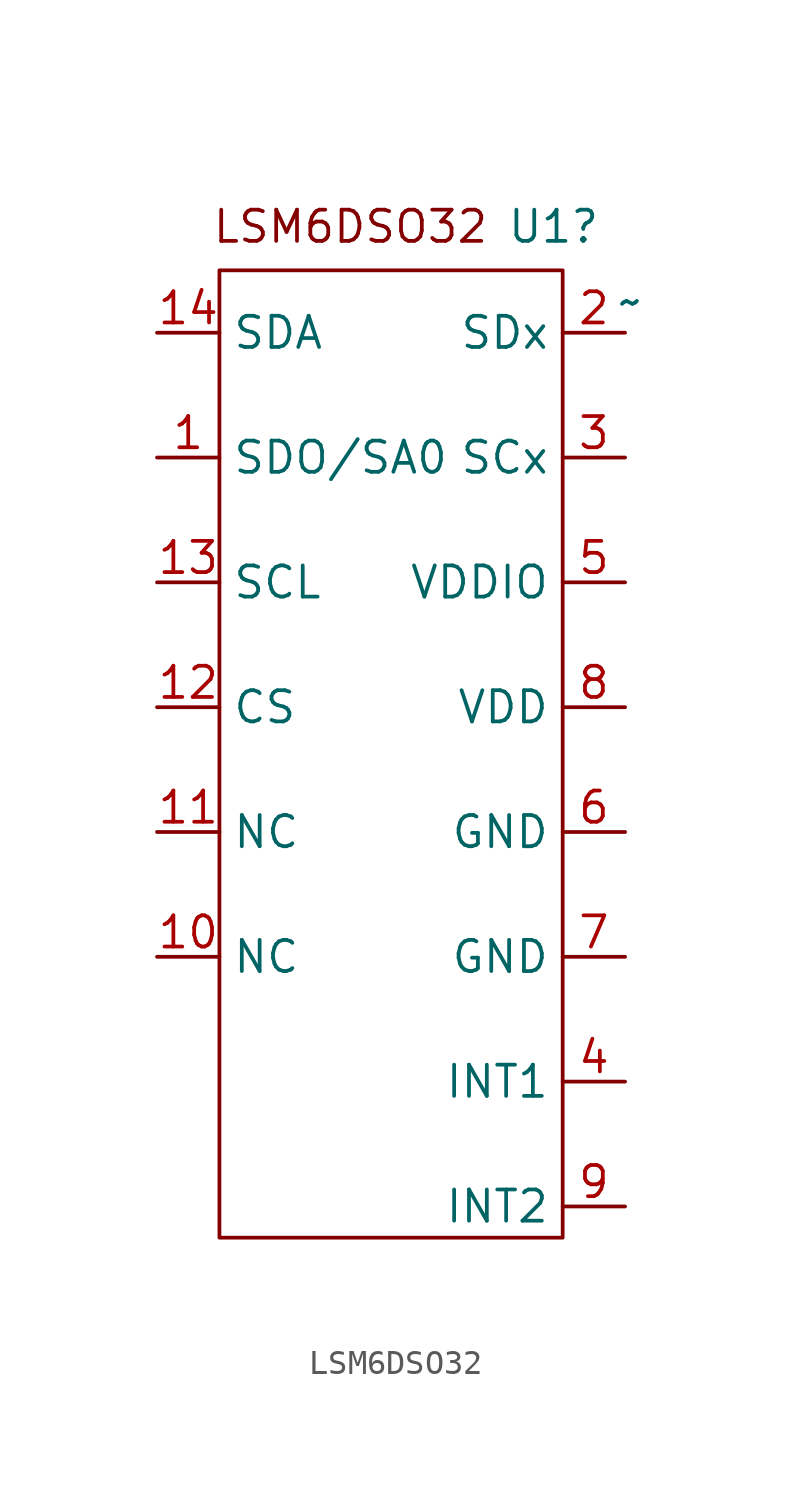
<source format=kicad_sym>
(kicad_symbol_lib
  (version 20231120)
  (generator "kicad_symbol_editor")
  (generator_version "8.0")
  (symbol "LSM6DSO32"
    (property "Reference" "U1"
      (at 1.524 4.318 0)
      (effects (font (size 1.27 1.27)) (justify left)))
    (property "Value" "~"
      (at 6.004 1.27 0)
      (effects (font (size 1.27 1.27)) (justify left)))
    (symbol "LSM6DSO32_0_1"
      (rectangle (start -10.16 2.54) (end 3.81 -36.83) (stroke (width 0) (type default)) (fill (type none))))
    (symbol "LSM6DSO32_1_1"
      (text "LSM6DSO32" (at -4.826 4.318 0) (effects (font (size 1.27 1.27))))
      (pin output line (at -12.7 -5.08 0) (length 2.54) (name "SDO/SA0" (effects (font (size 1.27 1.27)))) (number "1" (effects (font (size 1.27 1.27)))))
      (pin unspecified line (at -12.7 -25.4 0) (length 2.54) (name "NC" (effects (font (size 1.27 1.27)))) (number "10" (effects (font (size 1.27 1.27)))))
      (pin unspecified line (at -12.7 -20.32 0) (length 2.54) (name "NC" (effects (font (size 1.27 1.27)))) (number "11" (effects (font (size 1.27 1.27)))))
      (pin input line (at -12.7 -15.24 0) (length 2.54) (name "CS" (effects (font (size 1.27 1.27)))) (number "12" (effects (font (size 1.27 1.27)))))
      (pin output line (at -12.7 -10.16 0) (length 2.54) (name "SCL" (effects (font (size 1.27 1.27)))) (number "13" (effects (font (size 1.27 1.27)))))
      (pin output line (at -12.7 0 0) (length 2.54) (name "SDA" (effects (font (size 1.27 1.27)))) (number "14" (effects (font (size 1.27 1.27)))))
      (pin bidirectional line (at 6.35 0 180) (length 2.54) (name "SDx" (effects (font (size 1.27 1.27)))) (number "2" (effects (font (size 1.27 1.27)))))
      (pin bidirectional line (at 6.35 -5.08 180) (length 2.54) (name "SCx" (effects (font (size 1.27 1.27)))) (number "3" (effects (font (size 1.27 1.27)))))
      (pin output line (at 6.35 -30.48 180) (length 2.54) (name "INT1" (effects (font (size 1.27 1.27)))) (number "4" (effects (font (size 1.27 1.27)))))
      (pin bidirectional line (at 6.35 -10.16 180) (length 2.54) (name "VDDIO" (effects (font (size 1.27 1.27)))) (number "5" (effects (font (size 1.27 1.27)))))
      (pin power_in line (at 6.35 -20.32 180) (length 2.54) (name "GND" (effects (font (size 1.27 1.27)))) (number "6" (effects (font (size 1.27 1.27)))))
      (pin power_in line (at 6.35 -25.4 180) (length 2.54) (name "GND" (effects (font (size 1.27 1.27)))) (number "7" (effects (font (size 1.27 1.27)))))
      (pin power_in line (at 6.35 -15.24 180) (length 2.54) (name "VDD" (effects (font (size 1.27 1.27)))) (number "8" (effects (font (size 1.27 1.27)))))
      (pin output line (at 6.35 -35.56 180) (length 2.54) (name "INT2" (effects (font (size 1.27 1.27)))) (number "9" (effects (font (size 1.27 1.27))))))))
</source>
